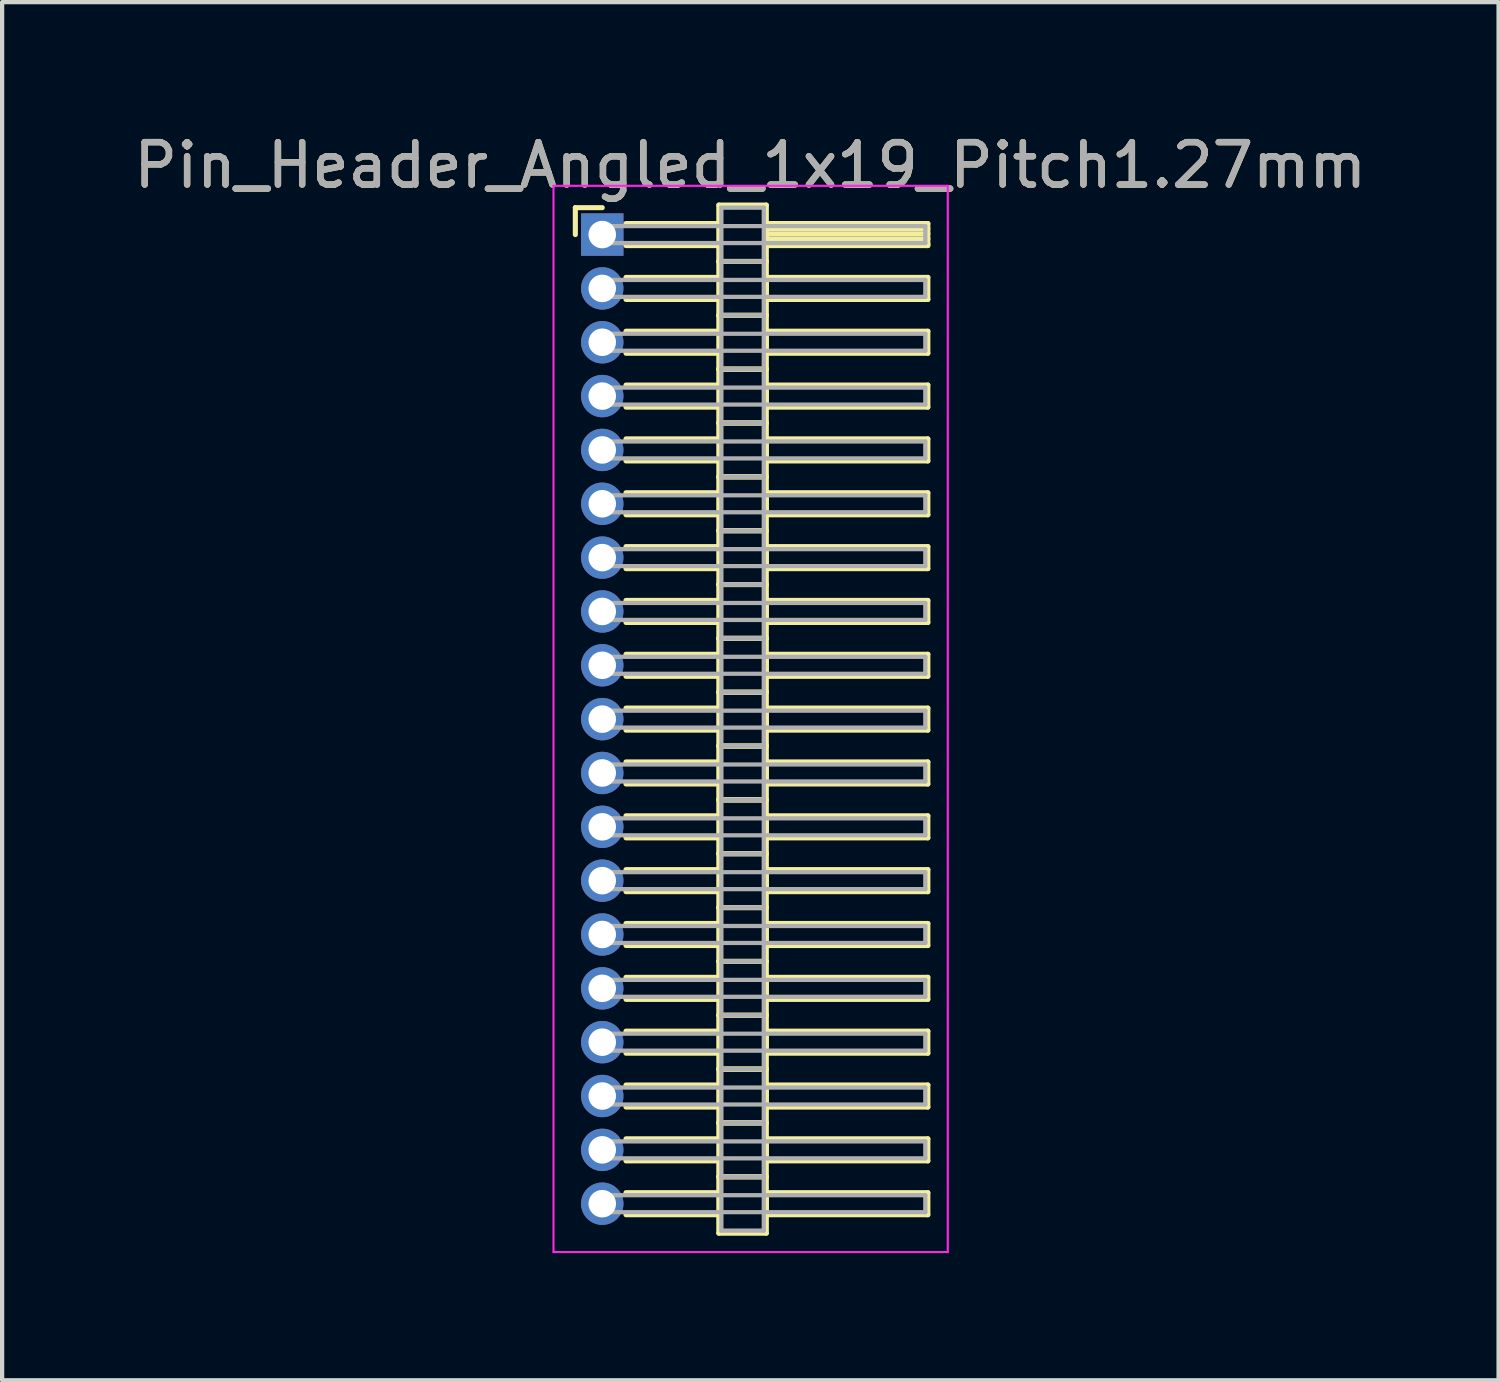
<source format=kicad_pcb>
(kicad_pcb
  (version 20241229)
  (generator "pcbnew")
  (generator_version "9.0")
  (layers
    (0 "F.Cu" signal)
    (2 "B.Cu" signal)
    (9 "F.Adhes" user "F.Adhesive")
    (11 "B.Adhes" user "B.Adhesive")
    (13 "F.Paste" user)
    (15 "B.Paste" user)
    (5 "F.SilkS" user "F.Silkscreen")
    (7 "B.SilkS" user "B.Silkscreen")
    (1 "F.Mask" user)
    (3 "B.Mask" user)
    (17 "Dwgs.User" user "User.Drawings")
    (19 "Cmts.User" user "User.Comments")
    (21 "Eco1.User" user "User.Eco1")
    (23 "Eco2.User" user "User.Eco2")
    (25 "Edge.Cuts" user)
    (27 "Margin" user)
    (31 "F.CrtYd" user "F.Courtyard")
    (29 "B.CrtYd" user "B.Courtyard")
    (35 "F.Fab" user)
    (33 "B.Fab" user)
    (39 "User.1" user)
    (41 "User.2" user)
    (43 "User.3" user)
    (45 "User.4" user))
  (footprint "Pin_Header_Angled_1x19_Pitch1.27mm"
    (layer "F.Cu")
    (at 11.156 2.483)
    (property "Reference" "Pin_Header_Angled_1x19_Pitch1.27mm" (at 3.493 -1.635 0) (layer "F.SilkS") (effects (font (size 1 1) (thickness 0.15))))
    (attr through_hole)
    (fp_line (start -0.635 -0.635) (end 0 -0.635) (stroke (width 0.12) (type solid)) (layer "F.SilkS"))
    (fp_line (start -0.635 0) (end -0.635 -0.635) (stroke (width 0.12) (type solid)) (layer "F.SilkS"))
    (fp_line (start 0.56 -0.26) (end 2.75 -0.26) (stroke (width 0.12) (type solid)) (layer "F.SilkS"))
    (fp_line (start 0.56 0.26) (end 2.75 0.26) (stroke (width 0.12) (type solid)) (layer "F.SilkS"))
    (fp_line (start 0.56 1.01) (end 2.75 1.01) (stroke (width 0.12) (type solid)) (layer "F.SilkS"))
    (fp_line (start 0.56 1.53) (end 2.75 1.53) (stroke (width 0.12) (type solid)) (layer "F.SilkS"))
    (fp_line (start 0.56 2.28) (end 2.75 2.28) (stroke (width 0.12) (type solid)) (layer "F.SilkS"))
    (fp_line (start 0.56 2.8) (end 2.75 2.8) (stroke (width 0.12) (type solid)) (layer "F.SilkS"))
    (fp_line (start 0.56 3.55) (end 2.75 3.55) (stroke (width 0.12) (type solid)) (layer "F.SilkS"))
    (fp_line (start 0.56 4.07) (end 2.75 4.07) (stroke (width 0.12) (type solid)) (layer "F.SilkS"))
    (fp_line (start 0.56 4.82) (end 2.75 4.82) (stroke (width 0.12) (type solid)) (layer "F.SilkS"))
    (fp_line (start 0.56 5.34) (end 2.75 5.34) (stroke (width 0.12) (type solid)) (layer "F.SilkS"))
    (fp_line (start 0.56 6.09) (end 2.75 6.09) (stroke (width 0.12) (type solid)) (layer "F.SilkS"))
    (fp_line (start 0.56 6.61) (end 2.75 6.61) (stroke (width 0.12) (type solid)) (layer "F.SilkS"))
    (fp_line (start 0.56 7.36) (end 2.75 7.36) (stroke (width 0.12) (type solid)) (layer "F.SilkS"))
    (fp_line (start 0.56 7.88) (end 2.75 7.88) (stroke (width 0.12) (type solid)) (layer "F.SilkS"))
    (fp_line (start 0.56 8.63) (end 2.75 8.63) (stroke (width 0.12) (type solid)) (layer "F.SilkS"))
    (fp_line (start 0.56 9.15) (end 2.75 9.15) (stroke (width 0.12) (type solid)) (layer "F.SilkS"))
    (fp_line (start 0.56 9.9) (end 2.75 9.9) (stroke (width 0.12) (type solid)) (layer "F.SilkS"))
    (fp_line (start 0.56 10.42) (end 2.75 10.42) (stroke (width 0.12) (type solid)) (layer "F.SilkS"))
    (fp_line (start 0.56 11.17) (end 2.75 11.17) (stroke (width 0.12) (type solid)) (layer "F.SilkS"))
    (fp_line (start 0.56 11.69) (end 2.75 11.69) (stroke (width 0.12) (type solid)) (layer "F.SilkS"))
    (fp_line (start 0.56 12.44) (end 2.75 12.44) (stroke (width 0.12) (type solid)) (layer "F.SilkS"))
    (fp_line (start 0.56 12.96) (end 2.75 12.96) (stroke (width 0.12) (type solid)) (layer "F.SilkS"))
    (fp_line (start 0.56 13.71) (end 2.75 13.71) (stroke (width 0.12) (type solid)) (layer "F.SilkS"))
    (fp_line (start 0.56 14.23) (end 2.75 14.23) (stroke (width 0.12) (type solid)) (layer "F.SilkS"))
    (fp_line (start 0.56 14.98) (end 2.75 14.98) (stroke (width 0.12) (type solid)) (layer "F.SilkS"))
    (fp_line (start 0.56 15.5) (end 2.75 15.5) (stroke (width 0.12) (type solid)) (layer "F.SilkS"))
    (fp_line (start 0.56 16.25) (end 2.75 16.25) (stroke (width 0.12) (type solid)) (layer "F.SilkS"))
    (fp_line (start 0.56 16.77) (end 2.75 16.77) (stroke (width 0.12) (type solid)) (layer "F.SilkS"))
    (fp_line (start 0.56 17.52) (end 2.75 17.52) (stroke (width 0.12) (type solid)) (layer "F.SilkS"))
    (fp_line (start 0.56 18.04) (end 2.75 18.04) (stroke (width 0.12) (type solid)) (layer "F.SilkS"))
    (fp_line (start 0.56 18.79) (end 2.75 18.79) (stroke (width 0.12) (type solid)) (layer "F.SilkS"))
    (fp_line (start 0.56 19.31) (end 2.75 19.31) (stroke (width 0.12) (type solid)) (layer "F.SilkS"))
    (fp_line (start 0.56 20.06) (end 2.75 20.06) (stroke (width 0.12) (type solid)) (layer "F.SilkS"))
    (fp_line (start 0.56 20.58) (end 2.75 20.58) (stroke (width 0.12) (type solid)) (layer "F.SilkS"))
    (fp_line (start 0.56 21.33) (end 2.75 21.33) (stroke (width 0.12) (type solid)) (layer "F.SilkS"))
    (fp_line (start 0.56 21.85) (end 2.75 21.85) (stroke (width 0.12) (type solid)) (layer "F.SilkS"))
    (fp_line (start 0.56 22.6) (end 2.75 22.6) (stroke (width 0.12) (type solid)) (layer "F.SilkS"))
    (fp_line (start 0.56 23.12) (end 2.75 23.12) (stroke (width 0.12) (type solid)) (layer "F.SilkS"))
    (fp_line (start 2.75 -0.695) (end 2.75 0.635) (stroke (width 0.12) (type solid)) (layer "F.SilkS"))
    (fp_line (start 2.75 0.635) (end 2.75 1.905) (stroke (width 0.12) (type solid)) (layer "F.SilkS"))
    (fp_line (start 2.75 0.635) (end 3.87 0.635) (stroke (width 0.12) (type solid)) (layer "F.SilkS"))
    (fp_line (start 2.75 1.905) (end 2.75 3.175) (stroke (width 0.12) (type solid)) (layer "F.SilkS"))
    (fp_line (start 2.75 1.905) (end 3.87 1.905) (stroke (width 0.12) (type solid)) (layer "F.SilkS"))
    (fp_line (start 2.75 3.175) (end 2.75 4.445) (stroke (width 0.12) (type solid)) (layer "F.SilkS"))
    (fp_line (start 2.75 3.175) (end 3.87 3.175) (stroke (width 0.12) (type solid)) (layer "F.SilkS"))
    (fp_line (start 2.75 4.445) (end 2.75 5.715) (stroke (width 0.12) (type solid)) (layer "F.SilkS"))
    (fp_line (start 2.75 4.445) (end 3.87 4.445) (stroke (width 0.12) (type solid)) (layer "F.SilkS"))
    (fp_line (start 2.75 5.715) (end 2.75 6.985) (stroke (width 0.12) (type solid)) (layer "F.SilkS"))
    (fp_line (start 2.75 5.715) (end 3.87 5.715) (stroke (width 0.12) (type solid)) (layer "F.SilkS"))
    (fp_line (start 2.75 6.985) (end 2.75 8.255) (stroke (width 0.12) (type solid)) (layer "F.SilkS"))
    (fp_line (start 2.75 6.985) (end 3.87 6.985) (stroke (width 0.12) (type solid)) (layer "F.SilkS"))
    (fp_line (start 2.75 8.255) (end 2.75 9.525) (stroke (width 0.12) (type solid)) (layer "F.SilkS"))
    (fp_line (start 2.75 8.255) (end 3.87 8.255) (stroke (width 0.12) (type solid)) (layer "F.SilkS"))
    (fp_line (start 2.75 9.525) (end 2.75 10.795) (stroke (width 0.12) (type solid)) (layer "F.SilkS"))
    (fp_line (start 2.75 9.525) (end 3.87 9.525) (stroke (width 0.12) (type solid)) (layer "F.SilkS"))
    (fp_line (start 2.75 10.795) (end 2.75 12.065) (stroke (width 0.12) (type solid)) (layer "F.SilkS"))
    (fp_line (start 2.75 10.795) (end 3.87 10.795) (stroke (width 0.12) (type solid)) (layer "F.SilkS"))
    (fp_line (start 2.75 12.065) (end 2.75 13.335) (stroke (width 0.12) (type solid)) (layer "F.SilkS"))
    (fp_line (start 2.75 12.065) (end 3.87 12.065) (stroke (width 0.12) (type solid)) (layer "F.SilkS"))
    (fp_line (start 2.75 13.335) (end 2.75 14.605) (stroke (width 0.12) (type solid)) (layer "F.SilkS"))
    (fp_line (start 2.75 13.335) (end 3.87 13.335) (stroke (width 0.12) (type solid)) (layer "F.SilkS"))
    (fp_line (start 2.75 14.605) (end 2.75 15.875) (stroke (width 0.12) (type solid)) (layer "F.SilkS"))
    (fp_line (start 2.75 14.605) (end 3.87 14.605) (stroke (width 0.12) (type solid)) (layer "F.SilkS"))
    (fp_line (start 2.75 15.875) (end 2.75 17.145) (stroke (width 0.12) (type solid)) (layer "F.SilkS"))
    (fp_line (start 2.75 15.875) (end 3.87 15.875) (stroke (width 0.12) (type solid)) (layer "F.SilkS"))
    (fp_line (start 2.75 17.145) (end 2.75 18.415) (stroke (width 0.12) (type solid)) (layer "F.SilkS"))
    (fp_line (start 2.75 17.145) (end 3.87 17.145) (stroke (width 0.12) (type solid)) (layer "F.SilkS"))
    (fp_line (start 2.75 18.415) (end 2.75 19.685) (stroke (width 0.12) (type solid)) (layer "F.SilkS"))
    (fp_line (start 2.75 18.415) (end 3.87 18.415) (stroke (width 0.12) (type solid)) (layer "F.SilkS"))
    (fp_line (start 2.75 19.685) (end 2.75 20.955) (stroke (width 0.12) (type solid)) (layer "F.SilkS"))
    (fp_line (start 2.75 19.685) (end 3.87 19.685) (stroke (width 0.12) (type solid)) (layer "F.SilkS"))
    (fp_line (start 2.75 20.955) (end 2.75 22.225) (stroke (width 0.12) (type solid)) (layer "F.SilkS"))
    (fp_line (start 2.75 20.955) (end 3.87 20.955) (stroke (width 0.12) (type solid)) (layer "F.SilkS"))
    (fp_line (start 2.75 22.225) (end 2.75 23.555) (stroke (width 0.12) (type solid)) (layer "F.SilkS"))
    (fp_line (start 2.75 22.225) (end 3.87 22.225) (stroke (width 0.12) (type solid)) (layer "F.SilkS"))
    (fp_line (start 2.75 23.555) (end 3.87 23.555) (stroke (width 0.12) (type solid)) (layer "F.SilkS"))
    (fp_line (start 3.87 -0.695) (end 2.75 -0.695) (stroke (width 0.12) (type solid)) (layer "F.SilkS"))
    (fp_line (start 3.87 -0.26) (end 3.87 0.26) (stroke (width 0.12) (type solid)) (layer "F.SilkS"))
    (fp_line (start 3.87 -0.14) (end 7.68 -0.14) (stroke (width 0.12) (type solid)) (layer "F.SilkS"))
    (fp_line (start 3.87 -0.02) (end 7.68 -0.02) (stroke (width 0.12) (type solid)) (layer "F.SilkS"))
    (fp_line (start 3.87 0.1) (end 7.68 0.1) (stroke (width 0.12) (type solid)) (layer "F.SilkS"))
    (fp_line (start 3.87 0.22) (end 7.68 0.22) (stroke (width 0.12) (type solid)) (layer "F.SilkS"))
    (fp_line (start 3.87 0.26) (end 7.68 0.26) (stroke (width 0.12) (type solid)) (layer "F.SilkS"))
    (fp_line (start 3.87 0.635) (end 2.75 0.635) (stroke (width 0.12) (type solid)) (layer "F.SilkS"))
    (fp_line (start 3.87 0.635) (end 3.87 -0.695) (stroke (width 0.12) (type solid)) (layer "F.SilkS"))
    (fp_line (start 3.87 1.01) (end 3.87 1.53) (stroke (width 0.12) (type solid)) (layer "F.SilkS"))
    (fp_line (start 3.87 1.53) (end 7.68 1.53) (stroke (width 0.12) (type solid)) (layer "F.SilkS"))
    (fp_line (start 3.87 1.905) (end 2.75 1.905) (stroke (width 0.12) (type solid)) (layer "F.SilkS"))
    (fp_line (start 3.87 1.905) (end 3.87 0.635) (stroke (width 0.12) (type solid)) (layer "F.SilkS"))
    (fp_line (start 3.87 2.28) (end 3.87 2.8) (stroke (width 0.12) (type solid)) (layer "F.SilkS"))
    (fp_line (start 3.87 2.8) (end 7.68 2.8) (stroke (width 0.12) (type solid)) (layer "F.SilkS"))
    (fp_line (start 3.87 3.175) (end 2.75 3.175) (stroke (width 0.12) (type solid)) (layer "F.SilkS"))
    (fp_line (start 3.87 3.175) (end 3.87 1.905) (stroke (width 0.12) (type solid)) (layer "F.SilkS"))
    (fp_line (start 3.87 3.55) (end 3.87 4.07) (stroke (width 0.12) (type solid)) (layer "F.SilkS"))
    (fp_line (start 3.87 4.07) (end 7.68 4.07) (stroke (width 0.12) (type solid)) (layer "F.SilkS"))
    (fp_line (start 3.87 4.445) (end 2.75 4.445) (stroke (width 0.12) (type solid)) (layer "F.SilkS"))
    (fp_line (start 3.87 4.445) (end 3.87 3.175) (stroke (width 0.12) (type solid)) (layer "F.SilkS"))
    (fp_line (start 3.87 4.82) (end 3.87 5.34) (stroke (width 0.12) (type solid)) (layer "F.SilkS"))
    (fp_line (start 3.87 5.34) (end 7.68 5.34) (stroke (width 0.12) (type solid)) (layer "F.SilkS"))
    (fp_line (start 3.87 5.715) (end 2.75 5.715) (stroke (width 0.12) (type solid)) (layer "F.SilkS"))
    (fp_line (start 3.87 5.715) (end 3.87 4.445) (stroke (width 0.12) (type solid)) (layer "F.SilkS"))
    (fp_line (start 3.87 6.09) (end 3.87 6.61) (stroke (width 0.12) (type solid)) (layer "F.SilkS"))
    (fp_line (start 3.87 6.61) (end 7.68 6.61) (stroke (width 0.12) (type solid)) (layer "F.SilkS"))
    (fp_line (start 3.87 6.985) (end 2.75 6.985) (stroke (width 0.12) (type solid)) (layer "F.SilkS"))
    (fp_line (start 3.87 6.985) (end 3.87 5.715) (stroke (width 0.12) (type solid)) (layer "F.SilkS"))
    (fp_line (start 3.87 7.36) (end 3.87 7.88) (stroke (width 0.12) (type solid)) (layer "F.SilkS"))
    (fp_line (start 3.87 7.88) (end 7.68 7.88) (stroke (width 0.12) (type solid)) (layer "F.SilkS"))
    (fp_line (start 3.87 8.255) (end 2.75 8.255) (stroke (width 0.12) (type solid)) (layer "F.SilkS"))
    (fp_line (start 3.87 8.255) (end 3.87 6.985) (stroke (width 0.12) (type solid)) (layer "F.SilkS"))
    (fp_line (start 3.87 8.63) (end 3.87 9.15) (stroke (width 0.12) (type solid)) (layer "F.SilkS"))
    (fp_line (start 3.87 9.15) (end 7.68 9.15) (stroke (width 0.12) (type solid)) (layer "F.SilkS"))
    (fp_line (start 3.87 9.525) (end 2.75 9.525) (stroke (width 0.12) (type solid)) (layer "F.SilkS"))
    (fp_line (start 3.87 9.525) (end 3.87 8.255) (stroke (width 0.12) (type solid)) (layer "F.SilkS"))
    (fp_line (start 3.87 9.9) (end 3.87 10.42) (stroke (width 0.12) (type solid)) (layer "F.SilkS"))
    (fp_line (start 3.87 10.42) (end 7.68 10.42) (stroke (width 0.12) (type solid)) (layer "F.SilkS"))
    (fp_line (start 3.87 10.795) (end 2.75 10.795) (stroke (width 0.12) (type solid)) (layer "F.SilkS"))
    (fp_line (start 3.87 10.795) (end 3.87 9.525) (stroke (width 0.12) (type solid)) (layer "F.SilkS"))
    (fp_line (start 3.87 11.17) (end 3.87 11.69) (stroke (width 0.12) (type solid)) (layer "F.SilkS"))
    (fp_line (start 3.87 11.69) (end 7.68 11.69) (stroke (width 0.12) (type solid)) (layer "F.SilkS"))
    (fp_line (start 3.87 12.065) (end 2.75 12.065) (stroke (width 0.12) (type solid)) (layer "F.SilkS"))
    (fp_line (start 3.87 12.065) (end 3.87 10.795) (stroke (width 0.12) (type solid)) (layer "F.SilkS"))
    (fp_line (start 3.87 12.44) (end 3.87 12.96) (stroke (width 0.12) (type solid)) (layer "F.SilkS"))
    (fp_line (start 3.87 12.96) (end 7.68 12.96) (stroke (width 0.12) (type solid)) (layer "F.SilkS"))
    (fp_line (start 3.87 13.335) (end 2.75 13.335) (stroke (width 0.12) (type solid)) (layer "F.SilkS"))
    (fp_line (start 3.87 13.335) (end 3.87 12.065) (stroke (width 0.12) (type solid)) (layer "F.SilkS"))
    (fp_line (start 3.87 13.71) (end 3.87 14.23) (stroke (width 0.12) (type solid)) (layer "F.SilkS"))
    (fp_line (start 3.87 14.23) (end 7.68 14.23) (stroke (width 0.12) (type solid)) (layer "F.SilkS"))
    (fp_line (start 3.87 14.605) (end 2.75 14.605) (stroke (width 0.12) (type solid)) (layer "F.SilkS"))
    (fp_line (start 3.87 14.605) (end 3.87 13.335) (stroke (width 0.12) (type solid)) (layer "F.SilkS"))
    (fp_line (start 3.87 14.98) (end 3.87 15.5) (stroke (width 0.12) (type solid)) (layer "F.SilkS"))
    (fp_line (start 3.87 15.5) (end 7.68 15.5) (stroke (width 0.12) (type solid)) (layer "F.SilkS"))
    (fp_line (start 3.87 15.875) (end 2.75 15.875) (stroke (width 0.12) (type solid)) (layer "F.SilkS"))
    (fp_line (start 3.87 15.875) (end 3.87 14.605) (stroke (width 0.12) (type solid)) (layer "F.SilkS"))
    (fp_line (start 3.87 16.25) (end 3.87 16.77) (stroke (width 0.12) (type solid)) (layer "F.SilkS"))
    (fp_line (start 3.87 16.77) (end 7.68 16.77) (stroke (width 0.12) (type solid)) (layer "F.SilkS"))
    (fp_line (start 3.87 17.145) (end 2.75 17.145) (stroke (width 0.12) (type solid)) (layer "F.SilkS"))
    (fp_line (start 3.87 17.145) (end 3.87 15.875) (stroke (width 0.12) (type solid)) (layer "F.SilkS"))
    (fp_line (start 3.87 17.52) (end 3.87 18.04) (stroke (width 0.12) (type solid)) (layer "F.SilkS"))
    (fp_line (start 3.87 18.04) (end 7.68 18.04) (stroke (width 0.12) (type solid)) (layer "F.SilkS"))
    (fp_line (start 3.87 18.415) (end 2.75 18.415) (stroke (width 0.12) (type solid)) (layer "F.SilkS"))
    (fp_line (start 3.87 18.415) (end 3.87 17.145) (stroke (width 0.12) (type solid)) (layer "F.SilkS"))
    (fp_line (start 3.87 18.79) (end 3.87 19.31) (stroke (width 0.12) (type solid)) (layer "F.SilkS"))
    (fp_line (start 3.87 19.31) (end 7.68 19.31) (stroke (width 0.12) (type solid)) (layer "F.SilkS"))
    (fp_line (start 3.87 19.685) (end 2.75 19.685) (stroke (width 0.12) (type solid)) (layer "F.SilkS"))
    (fp_line (start 3.87 19.685) (end 3.87 18.415) (stroke (width 0.12) (type solid)) (layer "F.SilkS"))
    (fp_line (start 3.87 20.06) (end 3.87 20.58) (stroke (width 0.12) (type solid)) (layer "F.SilkS"))
    (fp_line (start 3.87 20.58) (end 7.68 20.58) (stroke (width 0.12) (type solid)) (layer "F.SilkS"))
    (fp_line (start 3.87 20.955) (end 2.75 20.955) (stroke (width 0.12) (type solid)) (layer "F.SilkS"))
    (fp_line (start 3.87 20.955) (end 3.87 19.685) (stroke (width 0.12) (type solid)) (layer "F.SilkS"))
    (fp_line (start 3.87 21.33) (end 3.87 21.85) (stroke (width 0.12) (type solid)) (layer "F.SilkS"))
    (fp_line (start 3.87 21.85) (end 7.68 21.85) (stroke (width 0.12) (type solid)) (layer "F.SilkS"))
    (fp_line (start 3.87 22.225) (end 2.75 22.225) (stroke (width 0.12) (type solid)) (layer "F.SilkS"))
    (fp_line (start 3.87 22.225) (end 3.87 20.955) (stroke (width 0.12) (type solid)) (layer "F.SilkS"))
    (fp_line (start 3.87 22.6) (end 3.87 23.12) (stroke (width 0.12) (type solid)) (layer "F.SilkS"))
    (fp_line (start 3.87 23.12) (end 7.68 23.12) (stroke (width 0.12) (type solid)) (layer "F.SilkS"))
    (fp_line (start 3.87 23.555) (end 3.87 22.225) (stroke (width 0.12) (type solid)) (layer "F.SilkS"))
    (fp_line (start 7.68 -0.26) (end 3.87 -0.26) (stroke (width 0.12) (type solid)) (layer "F.SilkS"))
    (fp_line (start 7.68 0.26) (end 7.68 -0.26) (stroke (width 0.12) (type solid)) (layer "F.SilkS"))
    (fp_line (start 7.68 1.01) (end 3.87 1.01) (stroke (width 0.12) (type solid)) (layer "F.SilkS"))
    (fp_line (start 7.68 1.53) (end 7.68 1.01) (stroke (width 0.12) (type solid)) (layer "F.SilkS"))
    (fp_line (start 7.68 2.28) (end 3.87 2.28) (stroke (width 0.12) (type solid)) (layer "F.SilkS"))
    (fp_line (start 7.68 2.8) (end 7.68 2.28) (stroke (width 0.12) (type solid)) (layer "F.SilkS"))
    (fp_line (start 7.68 3.55) (end 3.87 3.55) (stroke (width 0.12) (type solid)) (layer "F.SilkS"))
    (fp_line (start 7.68 4.07) (end 7.68 3.55) (stroke (width 0.12) (type solid)) (layer "F.SilkS"))
    (fp_line (start 7.68 4.82) (end 3.87 4.82) (stroke (width 0.12) (type solid)) (layer "F.SilkS"))
    (fp_line (start 7.68 5.34) (end 7.68 4.82) (stroke (width 0.12) (type solid)) (layer "F.SilkS"))
    (fp_line (start 7.68 6.09) (end 3.87 6.09) (stroke (width 0.12) (type solid)) (layer "F.SilkS"))
    (fp_line (start 7.68 6.61) (end 7.68 6.09) (stroke (width 0.12) (type solid)) (layer "F.SilkS"))
    (fp_line (start 7.68 7.36) (end 3.87 7.36) (stroke (width 0.12) (type solid)) (layer "F.SilkS"))
    (fp_line (start 7.68 7.88) (end 7.68 7.36) (stroke (width 0.12) (type solid)) (layer "F.SilkS"))
    (fp_line (start 7.68 8.63) (end 3.87 8.63) (stroke (width 0.12) (type solid)) (layer "F.SilkS"))
    (fp_line (start 7.68 9.15) (end 7.68 8.63) (stroke (width 0.12) (type solid)) (layer "F.SilkS"))
    (fp_line (start 7.68 9.9) (end 3.87 9.9) (stroke (width 0.12) (type solid)) (layer "F.SilkS"))
    (fp_line (start 7.68 10.42) (end 7.68 9.9) (stroke (width 0.12) (type solid)) (layer "F.SilkS"))
    (fp_line (start 7.68 11.17) (end 3.87 11.17) (stroke (width 0.12) (type solid)) (layer "F.SilkS"))
    (fp_line (start 7.68 11.69) (end 7.68 11.17) (stroke (width 0.12) (type solid)) (layer "F.SilkS"))
    (fp_line (start 7.68 12.44) (end 3.87 12.44) (stroke (width 0.12) (type solid)) (layer "F.SilkS"))
    (fp_line (start 7.68 12.96) (end 7.68 12.44) (stroke (width 0.12) (type solid)) (layer "F.SilkS"))
    (fp_line (start 7.68 13.71) (end 3.87 13.71) (stroke (width 0.12) (type solid)) (layer "F.SilkS"))
    (fp_line (start 7.68 14.23) (end 7.68 13.71) (stroke (width 0.12) (type solid)) (layer "F.SilkS"))
    (fp_line (start 7.68 14.98) (end 3.87 14.98) (stroke (width 0.12) (type solid)) (layer "F.SilkS"))
    (fp_line (start 7.68 15.5) (end 7.68 14.98) (stroke (width 0.12) (type solid)) (layer "F.SilkS"))
    (fp_line (start 7.68 16.25) (end 3.87 16.25) (stroke (width 0.12) (type solid)) (layer "F.SilkS"))
    (fp_line (start 7.68 16.77) (end 7.68 16.25) (stroke (width 0.12) (type solid)) (layer "F.SilkS"))
    (fp_line (start 7.68 17.52) (end 3.87 17.52) (stroke (width 0.12) (type solid)) (layer "F.SilkS"))
    (fp_line (start 7.68 18.04) (end 7.68 17.52) (stroke (width 0.12) (type solid)) (layer "F.SilkS"))
    (fp_line (start 7.68 18.79) (end 3.87 18.79) (stroke (width 0.12) (type solid)) (layer "F.SilkS"))
    (fp_line (start 7.68 19.31) (end 7.68 18.79) (stroke (width 0.12) (type solid)) (layer "F.SilkS"))
    (fp_line (start 7.68 20.06) (end 3.87 20.06) (stroke (width 0.12) (type solid)) (layer "F.SilkS"))
    (fp_line (start 7.68 20.58) (end 7.68 20.06) (stroke (width 0.12) (type solid)) (layer "F.SilkS"))
    (fp_line (start 7.68 21.33) (end 3.87 21.33) (stroke (width 0.12) (type solid)) (layer "F.SilkS"))
    (fp_line (start 7.68 21.85) (end 7.68 21.33) (stroke (width 0.12) (type solid)) (layer "F.SilkS"))
    (fp_line (start 7.68 22.6) (end 3.87 22.6) (stroke (width 0.12) (type solid)) (layer "F.SilkS"))
    (fp_line (start 7.68 23.12) (end 7.68 22.6) (stroke (width 0.12) (type solid)) (layer "F.SilkS"))
    (fp_line (start -1.15 -1.15) (end -1.15 24) (stroke (width 0.05) (type solid)) (layer "F.CrtYd"))
    (fp_line (start -1.15 24) (end 8.15 24) (stroke (width 0.05) (type solid)) (layer "F.CrtYd"))
    (fp_line (start 8.15 -1.15) (end -1.15 -1.15) (stroke (width 0.05) (type solid)) (layer "F.CrtYd"))
    (fp_line (start 8.15 24) (end 8.15 -1.15) (stroke (width 0.05) (type solid)) (layer "F.CrtYd"))
    (fp_line (start 0 -0.2) (end 0 0.2) (stroke (width 0.1) (type solid)) (layer "F.Fab"))
    (fp_line (start 0 0.2) (end 7.62 0.2) (stroke (width 0.1) (type solid)) (layer "F.Fab"))
    (fp_line (start 0 1.07) (end 0 1.47) (stroke (width 0.1) (type solid)) (layer "F.Fab"))
    (fp_line (start 0 1.47) (end 7.62 1.47) (stroke (width 0.1) (type solid)) (layer "F.Fab"))
    (fp_line (start 0 2.34) (end 0 2.74) (stroke (width 0.1) (type solid)) (layer "F.Fab"))
    (fp_line (start 0 2.74) (end 7.62 2.74) (stroke (width 0.1) (type solid)) (layer "F.Fab"))
    (fp_line (start 0 3.61) (end 0 4.01) (stroke (width 0.1) (type solid)) (layer "F.Fab"))
    (fp_line (start 0 4.01) (end 7.62 4.01) (stroke (width 0.1) (type solid)) (layer "F.Fab"))
    (fp_line (start 0 4.88) (end 0 5.28) (stroke (width 0.1) (type solid)) (layer "F.Fab"))
    (fp_line (start 0 5.28) (end 7.62 5.28) (stroke (width 0.1) (type solid)) (layer "F.Fab"))
    (fp_line (start 0 6.15) (end 0 6.55) (stroke (width 0.1) (type solid)) (layer "F.Fab"))
    (fp_line (start 0 6.55) (end 7.62 6.55) (stroke (width 0.1) (type solid)) (layer "F.Fab"))
    (fp_line (start 0 7.42) (end 0 7.82) (stroke (width 0.1) (type solid)) (layer "F.Fab"))
    (fp_line (start 0 7.82) (end 7.62 7.82) (stroke (width 0.1) (type solid)) (layer "F.Fab"))
    (fp_line (start 0 8.69) (end 0 9.09) (stroke (width 0.1) (type solid)) (layer "F.Fab"))
    (fp_line (start 0 9.09) (end 7.62 9.09) (stroke (width 0.1) (type solid)) (layer "F.Fab"))
    (fp_line (start 0 9.96) (end 0 10.36) (stroke (width 0.1) (type solid)) (layer "F.Fab"))
    (fp_line (start 0 10.36) (end 7.62 10.36) (stroke (width 0.1) (type solid)) (layer "F.Fab"))
    (fp_line (start 0 11.23) (end 0 11.63) (stroke (width 0.1) (type solid)) (layer "F.Fab"))
    (fp_line (start 0 11.63) (end 7.62 11.63) (stroke (width 0.1) (type solid)) (layer "F.Fab"))
    (fp_line (start 0 12.5) (end 0 12.9) (stroke (width 0.1) (type solid)) (layer "F.Fab"))
    (fp_line (start 0 12.9) (end 7.62 12.9) (stroke (width 0.1) (type solid)) (layer "F.Fab"))
    (fp_line (start 0 13.77) (end 0 14.17) (stroke (width 0.1) (type solid)) (layer "F.Fab"))
    (fp_line (start 0 14.17) (end 7.62 14.17) (stroke (width 0.1) (type solid)) (layer "F.Fab"))
    (fp_line (start 0 15.04) (end 0 15.44) (stroke (width 0.1) (type solid)) (layer "F.Fab"))
    (fp_line (start 0 15.44) (end 7.62 15.44) (stroke (width 0.1) (type solid)) (layer "F.Fab"))
    (fp_line (start 0 16.31) (end 0 16.71) (stroke (width 0.1) (type solid)) (layer "F.Fab"))
    (fp_line (start 0 16.71) (end 7.62 16.71) (stroke (width 0.1) (type solid)) (layer "F.Fab"))
    (fp_line (start 0 17.58) (end 0 17.98) (stroke (width 0.1) (type solid)) (layer "F.Fab"))
    (fp_line (start 0 17.98) (end 7.62 17.98) (stroke (width 0.1) (type solid)) (layer "F.Fab"))
    (fp_line (start 0 18.85) (end 0 19.25) (stroke (width 0.1) (type solid)) (layer "F.Fab"))
    (fp_line (start 0 19.25) (end 7.62 19.25) (stroke (width 0.1) (type solid)) (layer "F.Fab"))
    (fp_line (start 0 20.12) (end 0 20.52) (stroke (width 0.1) (type solid)) (layer "F.Fab"))
    (fp_line (start 0 20.52) (end 7.62 20.52) (stroke (width 0.1) (type solid)) (layer "F.Fab"))
    (fp_line (start 0 21.39) (end 0 21.79) (stroke (width 0.1) (type solid)) (layer "F.Fab"))
    (fp_line (start 0 21.79) (end 7.62 21.79) (stroke (width 0.1) (type solid)) (layer "F.Fab"))
    (fp_line (start 0 22.66) (end 0 23.06) (stroke (width 0.1) (type solid)) (layer "F.Fab"))
    (fp_line (start 0 23.06) (end 7.62 23.06) (stroke (width 0.1) (type solid)) (layer "F.Fab"))
    (fp_line (start 2.81 -0.635) (end 2.81 0.635) (stroke (width 0.1) (type solid)) (layer "F.Fab"))
    (fp_line (start 2.81 0.635) (end 2.81 1.905) (stroke (width 0.1) (type solid)) (layer "F.Fab"))
    (fp_line (start 2.81 0.635) (end 3.81 0.635) (stroke (width 0.1) (type solid)) (layer "F.Fab"))
    (fp_line (start 2.81 1.905) (end 2.81 3.175) (stroke (width 0.1) (type solid)) (layer "F.Fab"))
    (fp_line (start 2.81 1.905) (end 3.81 1.905) (stroke (width 0.1) (type solid)) (layer "F.Fab"))
    (fp_line (start 2.81 3.175) (end 2.81 4.445) (stroke (width 0.1) (type solid)) (layer "F.Fab"))
    (fp_line (start 2.81 3.175) (end 3.81 3.175) (stroke (width 0.1) (type solid)) (layer "F.Fab"))
    (fp_line (start 2.81 4.445) (end 2.81 5.715) (stroke (width 0.1) (type solid)) (layer "F.Fab"))
    (fp_line (start 2.81 4.445) (end 3.81 4.445) (stroke (width 0.1) (type solid)) (layer "F.Fab"))
    (fp_line (start 2.81 5.715) (end 2.81 6.985) (stroke (width 0.1) (type solid)) (layer "F.Fab"))
    (fp_line (start 2.81 5.715) (end 3.81 5.715) (stroke (width 0.1) (type solid)) (layer "F.Fab"))
    (fp_line (start 2.81 6.985) (end 2.81 8.255) (stroke (width 0.1) (type solid)) (layer "F.Fab"))
    (fp_line (start 2.81 6.985) (end 3.81 6.985) (stroke (width 0.1) (type solid)) (layer "F.Fab"))
    (fp_line (start 2.81 8.255) (end 2.81 9.525) (stroke (width 0.1) (type solid)) (layer "F.Fab"))
    (fp_line (start 2.81 8.255) (end 3.81 8.255) (stroke (width 0.1) (type solid)) (layer "F.Fab"))
    (fp_line (start 2.81 9.525) (end 2.81 10.795) (stroke (width 0.1) (type solid)) (layer "F.Fab"))
    (fp_line (start 2.81 9.525) (end 3.81 9.525) (stroke (width 0.1) (type solid)) (layer "F.Fab"))
    (fp_line (start 2.81 10.795) (end 2.81 12.065) (stroke (width 0.1) (type solid)) (layer "F.Fab"))
    (fp_line (start 2.81 10.795) (end 3.81 10.795) (stroke (width 0.1) (type solid)) (layer "F.Fab"))
    (fp_line (start 2.81 12.065) (end 2.81 13.335) (stroke (width 0.1) (type solid)) (layer "F.Fab"))
    (fp_line (start 2.81 12.065) (end 3.81 12.065) (stroke (width 0.1) (type solid)) (layer "F.Fab"))
    (fp_line (start 2.81 13.335) (end 2.81 14.605) (stroke (width 0.1) (type solid)) (layer "F.Fab"))
    (fp_line (start 2.81 13.335) (end 3.81 13.335) (stroke (width 0.1) (type solid)) (layer "F.Fab"))
    (fp_line (start 2.81 14.605) (end 2.81 15.875) (stroke (width 0.1) (type solid)) (layer "F.Fab"))
    (fp_line (start 2.81 14.605) (end 3.81 14.605) (stroke (width 0.1) (type solid)) (layer "F.Fab"))
    (fp_line (start 2.81 15.875) (end 2.81 17.145) (stroke (width 0.1) (type solid)) (layer "F.Fab"))
    (fp_line (start 2.81 15.875) (end 3.81 15.875) (stroke (width 0.1) (type solid)) (layer "F.Fab"))
    (fp_line (start 2.81 17.145) (end 2.81 18.415) (stroke (width 0.1) (type solid)) (layer "F.Fab"))
    (fp_line (start 2.81 17.145) (end 3.81 17.145) (stroke (width 0.1) (type solid)) (layer "F.Fab"))
    (fp_line (start 2.81 18.415) (end 2.81 19.685) (stroke (width 0.1) (type solid)) (layer "F.Fab"))
    (fp_line (start 2.81 18.415) (end 3.81 18.415) (stroke (width 0.1) (type solid)) (layer "F.Fab"))
    (fp_line (start 2.81 19.685) (end 2.81 20.955) (stroke (width 0.1) (type solid)) (layer "F.Fab"))
    (fp_line (start 2.81 19.685) (end 3.81 19.685) (stroke (width 0.1) (type solid)) (layer "F.Fab"))
    (fp_line (start 2.81 20.955) (end 2.81 22.225) (stroke (width 0.1) (type solid)) (layer "F.Fab"))
    (fp_line (start 2.81 20.955) (end 3.81 20.955) (stroke (width 0.1) (type solid)) (layer "F.Fab"))
    (fp_line (start 2.81 22.225) (end 2.81 23.495) (stroke (width 0.1) (type solid)) (layer "F.Fab"))
    (fp_line (start 2.81 22.225) (end 3.81 22.225) (stroke (width 0.1) (type solid)) (layer "F.Fab"))
    (fp_line (start 2.81 23.495) (end 3.81 23.495) (stroke (width 0.1) (type solid)) (layer "F.Fab"))
    (fp_line (start 3.81 -0.635) (end 2.81 -0.635) (stroke (width 0.1) (type solid)) (layer "F.Fab"))
    (fp_line (start 3.81 0.635) (end 2.81 0.635) (stroke (width 0.1) (type solid)) (layer "F.Fab"))
    (fp_line (start 3.81 0.635) (end 3.81 -0.635) (stroke (width 0.1) (type solid)) (layer "F.Fab"))
    (fp_line (start 3.81 1.905) (end 2.81 1.905) (stroke (width 0.1) (type solid)) (layer "F.Fab"))
    (fp_line (start 3.81 1.905) (end 3.81 0.635) (stroke (width 0.1) (type solid)) (layer "F.Fab"))
    (fp_line (start 3.81 3.175) (end 2.81 3.175) (stroke (width 0.1) (type solid)) (layer "F.Fab"))
    (fp_line (start 3.81 3.175) (end 3.81 1.905) (stroke (width 0.1) (type solid)) (layer "F.Fab"))
    (fp_line (start 3.81 4.445) (end 2.81 4.445) (stroke (width 0.1) (type solid)) (layer "F.Fab"))
    (fp_line (start 3.81 4.445) (end 3.81 3.175) (stroke (width 0.1) (type solid)) (layer "F.Fab"))
    (fp_line (start 3.81 5.715) (end 2.81 5.715) (stroke (width 0.1) (type solid)) (layer "F.Fab"))
    (fp_line (start 3.81 5.715) (end 3.81 4.445) (stroke (width 0.1) (type solid)) (layer "F.Fab"))
    (fp_line (start 3.81 6.985) (end 2.81 6.985) (stroke (width 0.1) (type solid)) (layer "F.Fab"))
    (fp_line (start 3.81 6.985) (end 3.81 5.715) (stroke (width 0.1) (type solid)) (layer "F.Fab"))
    (fp_line (start 3.81 8.255) (end 2.81 8.255) (stroke (width 0.1) (type solid)) (layer "F.Fab"))
    (fp_line (start 3.81 8.255) (end 3.81 6.985) (stroke (width 0.1) (type solid)) (layer "F.Fab"))
    (fp_line (start 3.81 9.525) (end 2.81 9.525) (stroke (width 0.1) (type solid)) (layer "F.Fab"))
    (fp_line (start 3.81 9.525) (end 3.81 8.255) (stroke (width 0.1) (type solid)) (layer "F.Fab"))
    (fp_line (start 3.81 10.795) (end 2.81 10.795) (stroke (width 0.1) (type solid)) (layer "F.Fab"))
    (fp_line (start 3.81 10.795) (end 3.81 9.525) (stroke (width 0.1) (type solid)) (layer "F.Fab"))
    (fp_line (start 3.81 12.065) (end 2.81 12.065) (stroke (width 0.1) (type solid)) (layer "F.Fab"))
    (fp_line (start 3.81 12.065) (end 3.81 10.795) (stroke (width 0.1) (type solid)) (layer "F.Fab"))
    (fp_line (start 3.81 13.335) (end 2.81 13.335) (stroke (width 0.1) (type solid)) (layer "F.Fab"))
    (fp_line (start 3.81 13.335) (end 3.81 12.065) (stroke (width 0.1) (type solid)) (layer "F.Fab"))
    (fp_line (start 3.81 14.605) (end 2.81 14.605) (stroke (width 0.1) (type solid)) (layer "F.Fab"))
    (fp_line (start 3.81 14.605) (end 3.81 13.335) (stroke (width 0.1) (type solid)) (layer "F.Fab"))
    (fp_line (start 3.81 15.875) (end 2.81 15.875) (stroke (width 0.1) (type solid)) (layer "F.Fab"))
    (fp_line (start 3.81 15.875) (end 3.81 14.605) (stroke (width 0.1) (type solid)) (layer "F.Fab"))
    (fp_line (start 3.81 17.145) (end 2.81 17.145) (stroke (width 0.1) (type solid)) (layer "F.Fab"))
    (fp_line (start 3.81 17.145) (end 3.81 15.875) (stroke (width 0.1) (type solid)) (layer "F.Fab"))
    (fp_line (start 3.81 18.415) (end 2.81 18.415) (stroke (width 0.1) (type solid)) (layer "F.Fab"))
    (fp_line (start 3.81 18.415) (end 3.81 17.145) (stroke (width 0.1) (type solid)) (layer "F.Fab"))
    (fp_line (start 3.81 19.685) (end 2.81 19.685) (stroke (width 0.1) (type solid)) (layer "F.Fab"))
    (fp_line (start 3.81 19.685) (end 3.81 18.415) (stroke (width 0.1) (type solid)) (layer "F.Fab"))
    (fp_line (start 3.81 20.955) (end 2.81 20.955) (stroke (width 0.1) (type solid)) (layer "F.Fab"))
    (fp_line (start 3.81 20.955) (end 3.81 19.685) (stroke (width 0.1) (type solid)) (layer "F.Fab"))
    (fp_line (start 3.81 22.225) (end 2.81 22.225) (stroke (width 0.1) (type solid)) (layer "F.Fab"))
    (fp_line (start 3.81 22.225) (end 3.81 20.955) (stroke (width 0.1) (type solid)) (layer "F.Fab"))
    (fp_line (start 3.81 23.495) (end 3.81 22.225) (stroke (width 0.1) (type solid)) (layer "F.Fab"))
    (fp_line (start 7.62 -0.2) (end 0 -0.2) (stroke (width 0.1) (type solid)) (layer "F.Fab"))
    (fp_line (start 7.62 0.2) (end 7.62 -0.2) (stroke (width 0.1) (type solid)) (layer "F.Fab"))
    (fp_line (start 7.62 1.07) (end 0 1.07) (stroke (width 0.1) (type solid)) (layer "F.Fab"))
    (fp_line (start 7.62 1.47) (end 7.62 1.07) (stroke (width 0.1) (type solid)) (layer "F.Fab"))
    (fp_line (start 7.62 2.34) (end 0 2.34) (stroke (width 0.1) (type solid)) (layer "F.Fab"))
    (fp_line (start 7.62 2.74) (end 7.62 2.34) (stroke (width 0.1) (type solid)) (layer "F.Fab"))
    (fp_line (start 7.62 3.61) (end 0 3.61) (stroke (width 0.1) (type solid)) (layer "F.Fab"))
    (fp_line (start 7.62 4.01) (end 7.62 3.61) (stroke (width 0.1) (type solid)) (layer "F.Fab"))
    (fp_line (start 7.62 4.88) (end 0 4.88) (stroke (width 0.1) (type solid)) (layer "F.Fab"))
    (fp_line (start 7.62 5.28) (end 7.62 4.88) (stroke (width 0.1) (type solid)) (layer "F.Fab"))
    (fp_line (start 7.62 6.15) (end 0 6.15) (stroke (width 0.1) (type solid)) (layer "F.Fab"))
    (fp_line (start 7.62 6.55) (end 7.62 6.15) (stroke (width 0.1) (type solid)) (layer "F.Fab"))
    (fp_line (start 7.62 7.42) (end 0 7.42) (stroke (width 0.1) (type solid)) (layer "F.Fab"))
    (fp_line (start 7.62 7.82) (end 7.62 7.42) (stroke (width 0.1) (type solid)) (layer "F.Fab"))
    (fp_line (start 7.62 8.69) (end 0 8.69) (stroke (width 0.1) (type solid)) (layer "F.Fab"))
    (fp_line (start 7.62 9.09) (end 7.62 8.69) (stroke (width 0.1) (type solid)) (layer "F.Fab"))
    (fp_line (start 7.62 9.96) (end 0 9.96) (stroke (width 0.1) (type solid)) (layer "F.Fab"))
    (fp_line (start 7.62 10.36) (end 7.62 9.96) (stroke (width 0.1) (type solid)) (layer "F.Fab"))
    (fp_line (start 7.62 11.23) (end 0 11.23) (stroke (width 0.1) (type solid)) (layer "F.Fab"))
    (fp_line (start 7.62 11.63) (end 7.62 11.23) (stroke (width 0.1) (type solid)) (layer "F.Fab"))
    (fp_line (start 7.62 12.5) (end 0 12.5) (stroke (width 0.1) (type solid)) (layer "F.Fab"))
    (fp_line (start 7.62 12.9) (end 7.62 12.5) (stroke (width 0.1) (type solid)) (layer "F.Fab"))
    (fp_line (start 7.62 13.77) (end 0 13.77) (stroke (width 0.1) (type solid)) (layer "F.Fab"))
    (fp_line (start 7.62 14.17) (end 7.62 13.77) (stroke (width 0.1) (type solid)) (layer "F.Fab"))
    (fp_line (start 7.62 15.04) (end 0 15.04) (stroke (width 0.1) (type solid)) (layer "F.Fab"))
    (fp_line (start 7.62 15.44) (end 7.62 15.04) (stroke (width 0.1) (type solid)) (layer "F.Fab"))
    (fp_line (start 7.62 16.31) (end 0 16.31) (stroke (width 0.1) (type solid)) (layer "F.Fab"))
    (fp_line (start 7.62 16.71) (end 7.62 16.31) (stroke (width 0.1) (type solid)) (layer "F.Fab"))
    (fp_line (start 7.62 17.58) (end 0 17.58) (stroke (width 0.1) (type solid)) (layer "F.Fab"))
    (fp_line (start 7.62 17.98) (end 7.62 17.58) (stroke (width 0.1) (type solid)) (layer "F.Fab"))
    (fp_line (start 7.62 18.85) (end 0 18.85) (stroke (width 0.1) (type solid)) (layer "F.Fab"))
    (fp_line (start 7.62 19.25) (end 7.62 18.85) (stroke (width 0.1) (type solid)) (layer "F.Fab"))
    (fp_line (start 7.62 20.12) (end 0 20.12) (stroke (width 0.1) (type solid)) (layer "F.Fab"))
    (fp_line (start 7.62 20.52) (end 7.62 20.12) (stroke (width 0.1) (type solid)) (layer "F.Fab"))
    (fp_line (start 7.62 21.39) (end 0 21.39) (stroke (width 0.1) (type solid)) (layer "F.Fab"))
    (fp_line (start 7.62 21.79) (end 7.62 21.39) (stroke (width 0.1) (type solid)) (layer "F.Fab"))
    (fp_line (start 7.62 22.66) (end 0 22.66) (stroke (width 0.1) (type solid)) (layer "F.Fab"))
    (fp_line (start 7.62 23.06) (end 7.62 22.66) (stroke (width 0.1) (type solid)) (layer "F.Fab"))
    (fp_text user "${REFERENCE}" (at 3.493 -1.635 0) (layer "F.Fab") (effects (font (size 1 1) (thickness 0.15))))
    (pad "1" thru_hole rect (at 0 0) (size 1 1) (drill 0.65) (layers "*.Cu" "*.Mask"))
    (pad "2" thru_hole oval (at 0 1.27) (size 1 1) (drill 0.65) (layers "*.Cu" "*.Mask"))
    (pad "3" thru_hole oval (at 0 2.54) (size 1 1) (drill 0.65) (layers "*.Cu" "*.Mask"))
    (pad "4" thru_hole oval (at 0 3.81) (size 1 1) (drill 0.65) (layers "*.Cu" "*.Mask"))
    (pad "5" thru_hole oval (at 0 5.08) (size 1 1) (drill 0.65) (layers "*.Cu" "*.Mask"))
    (pad "6" thru_hole oval (at 0 6.35) (size 1 1) (drill 0.65) (layers "*.Cu" "*.Mask"))
    (pad "7" thru_hole oval (at 0 7.62) (size 1 1) (drill 0.65) (layers "*.Cu" "*.Mask"))
    (pad "8" thru_hole oval (at 0 8.89) (size 1 1) (drill 0.65) (layers "*.Cu" "*.Mask"))
    (pad "9" thru_hole oval (at 0 10.16) (size 1 1) (drill 0.65) (layers "*.Cu" "*.Mask"))
    (pad "10" thru_hole oval (at 0 11.43) (size 1 1) (drill 0.65) (layers "*.Cu" "*.Mask"))
    (pad "11" thru_hole oval (at 0 12.7) (size 1 1) (drill 0.65) (layers "*.Cu" "*.Mask"))
    (pad "12" thru_hole oval (at 0 13.97) (size 1 1) (drill 0.65) (layers "*.Cu" "*.Mask"))
    (pad "13" thru_hole oval (at 0 15.24) (size 1 1) (drill 0.65) (layers "*.Cu" "*.Mask"))
    (pad "14" thru_hole oval (at 0 16.51) (size 1 1) (drill 0.65) (layers "*.Cu" "*.Mask"))
    (pad "15" thru_hole oval (at 0 17.78) (size 1 1) (drill 0.65) (layers "*.Cu" "*.Mask"))
    (pad "16" thru_hole oval (at 0 19.05) (size 1 1) (drill 0.65) (layers "*.Cu" "*.Mask"))
    (pad "17" thru_hole oval (at 0 20.32) (size 1 1) (drill 0.65) (layers "*.Cu" "*.Mask"))
    (pad "18" thru_hole oval (at 0 21.59) (size 1 1) (drill 0.65) (layers "*.Cu" "*.Mask"))
    (pad "19" thru_hole oval (at 0 22.86) (size 1 1) (drill 0.65) (layers "*.Cu" "*.Mask")))
  (gr_rect
    (start -3 -3)
    (end 32.298 29.508)
    (stroke (width 0.1) (type default))
    (fill no)
    (layer "Edge.Cuts")))
</source>
